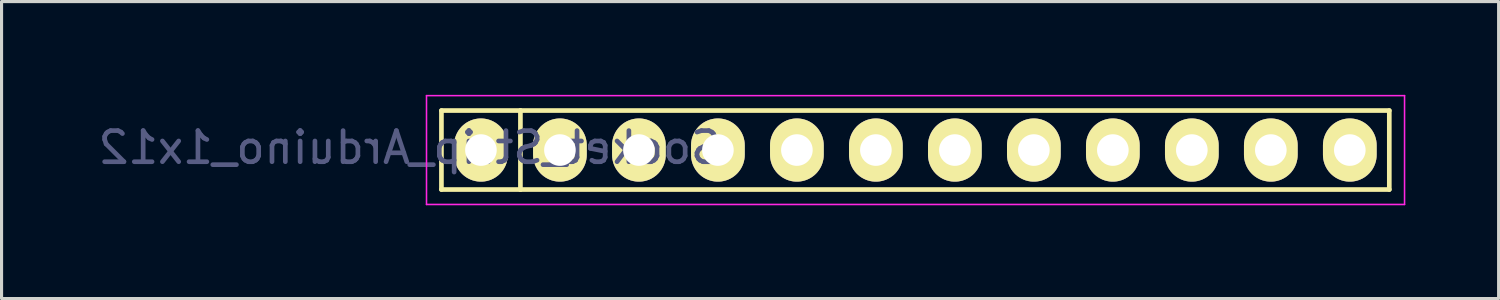
<source format=kicad_pcb>
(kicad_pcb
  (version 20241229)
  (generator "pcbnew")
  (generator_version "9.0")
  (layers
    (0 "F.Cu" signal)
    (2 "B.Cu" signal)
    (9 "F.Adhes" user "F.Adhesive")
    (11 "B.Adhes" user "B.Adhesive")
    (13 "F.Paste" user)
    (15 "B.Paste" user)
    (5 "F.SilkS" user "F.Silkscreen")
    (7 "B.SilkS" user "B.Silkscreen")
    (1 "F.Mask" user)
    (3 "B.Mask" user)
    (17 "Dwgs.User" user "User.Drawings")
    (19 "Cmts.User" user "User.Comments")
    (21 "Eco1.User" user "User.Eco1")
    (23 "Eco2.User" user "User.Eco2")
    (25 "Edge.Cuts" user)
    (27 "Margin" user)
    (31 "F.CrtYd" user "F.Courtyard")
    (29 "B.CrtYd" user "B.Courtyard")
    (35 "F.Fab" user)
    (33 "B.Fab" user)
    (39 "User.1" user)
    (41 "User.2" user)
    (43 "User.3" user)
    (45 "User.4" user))
  (footprint "Socket_Strip_Arduino_1x12"
    (layer "F.Cu")
    (at 12.415 1.775)
    (property "Reference" "Socket_Strip_Arduino_1x12" (at -2.29 -0.08 0) (layer "B.Fab") (effects (font (size 1 1) (thickness 0.15)) (justify mirror)))
    (attr through_hole)
    (fp_line (start -1.27 -1.27) (end -1.27 1.27) (stroke (width 0.15) (type solid)) (layer "F.SilkS"))
    (fp_line (start -1.27 1.27) (end 1.27 1.27) (stroke (width 0.15) (type solid)) (layer "F.SilkS"))
    (fp_line (start 1.27 -1.27) (end -1.27 -1.27) (stroke (width 0.15) (type solid)) (layer "F.SilkS"))
    (fp_line (start 1.27 1.27) (end 1.27 -1.27) (stroke (width 0.15) (type solid)) (layer "F.SilkS"))
    (fp_line (start 1.27 1.27) (end 29.21 1.27) (stroke (width 0.15) (type solid)) (layer "F.SilkS"))
    (fp_line (start 29.21 -1.27) (end 1.27 -1.27) (stroke (width 0.15) (type solid)) (layer "F.SilkS"))
    (fp_line (start 29.21 1.27) (end 29.21 -1.27) (stroke (width 0.15) (type solid)) (layer "F.SilkS"))
    (fp_line (start -1.75 -1.75) (end -1.75 1.75) (stroke (width 0.05) (type solid)) (layer "F.CrtYd"))
    (fp_line (start -1.75 -1.75) (end 29.7 -1.75) (stroke (width 0.05) (type solid)) (layer "F.CrtYd"))
    (fp_line (start -1.75 1.75) (end 29.7 1.75) (stroke (width 0.05) (type solid)) (layer "F.CrtYd"))
    (fp_line (start 29.7 -1.75) (end 29.7 1.75) (stroke (width 0.05) (type solid)) (layer "F.CrtYd"))
    (pad "1" thru_hole oval (at 0 0) (size 1.727 2.032) (drill 1.016) (layers "*.Cu" "*.Mask" "F.SilkS"))
    (pad "2" thru_hole oval (at 2.54 0) (size 1.727 2.032) (drill 1.016) (layers "*.Cu" "*.Mask" "F.SilkS"))
    (pad "3" thru_hole oval (at 5.08 0) (size 1.727 2.032) (drill 1.016) (layers "*.Cu" "*.Mask" "F.SilkS"))
    (pad "4" thru_hole oval (at 7.62 0) (size 1.727 2.032) (drill 1.016) (layers "*.Cu" "*.Mask" "F.SilkS"))
    (pad "5" thru_hole oval (at 10.16 0) (size 1.727 2.032) (drill 1.016) (layers "*.Cu" "*.Mask" "F.SilkS"))
    (pad "6" thru_hole oval (at 12.7 0) (size 1.727 2.032) (drill 1.016) (layers "*.Cu" "*.Mask" "F.SilkS"))
    (pad "7" thru_hole oval (at 15.24 0) (size 1.727 2.032) (drill 1.016) (layers "*.Cu" "*.Mask" "F.SilkS"))
    (pad "8" thru_hole oval (at 17.78 0) (size 1.727 2.032) (drill 1.016) (layers "*.Cu" "*.Mask" "F.SilkS"))
    (pad "9" thru_hole oval (at 20.32 0) (size 1.727 2.032) (drill 1.016) (layers "*.Cu" "*.Mask" "F.SilkS"))
    (pad "10" thru_hole oval (at 22.86 0) (size 1.727 2.032) (drill 1.016) (layers "*.Cu" "*.Mask" "F.SilkS"))
    (pad "11" thru_hole oval (at 25.4 0) (size 1.727 2.032) (drill 1.016) (layers "*.Cu" "*.Mask" "F.SilkS"))
    (pad "12" thru_hole oval (at 27.94 0) (size 1.727 2.032) (drill 1.016) (layers "*.Cu" "*.Mask" "F.SilkS")))
  (gr_rect
    (start -3 -3)
    (end 45.14 6.55)
    (stroke (width 0.1) (type default))
    (fill no)
    (layer "Edge.Cuts")))
</source>
